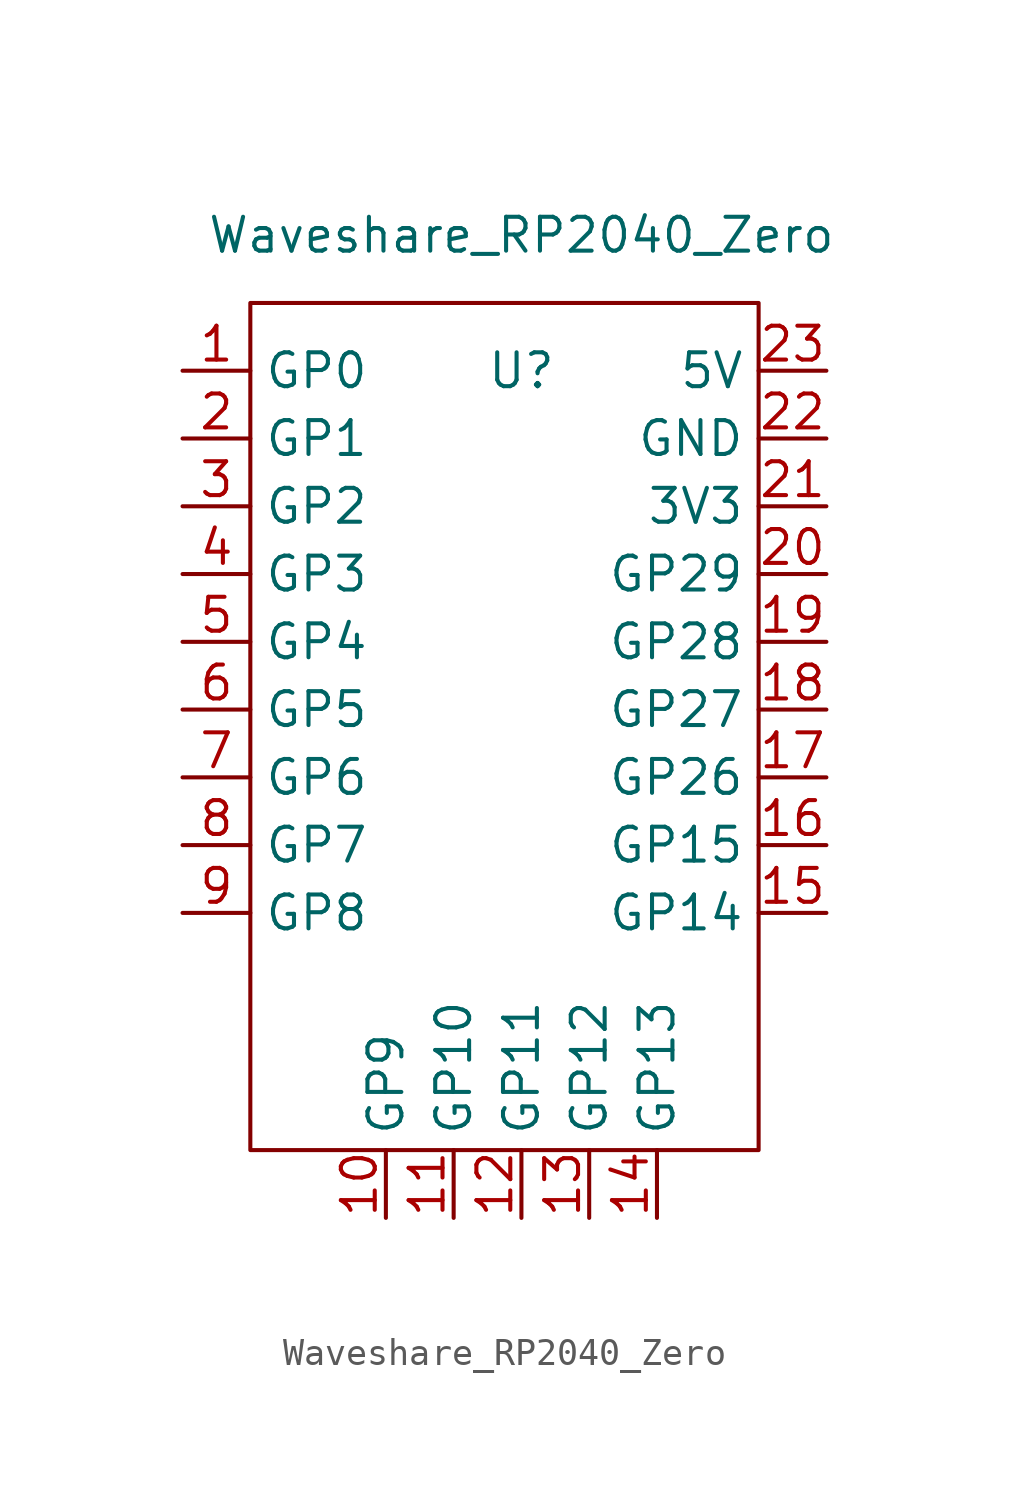
<source format=kicad_sym>
(kicad_symbol_lib
  (version 20211014)
  (generator kicad_symbol_editor)
  (symbol "Waveshare_RP2040_Zero"
    (property "Reference" "U"
      (at 0 3.81 0)
      (effects (font (size 1.27 1.27))))
    (property "Value" "Waveshare_RP2040_Zero"
      (at 0 8.89 0)
      (effects (font (size 1.27 1.27))))
    (symbol "Waveshare_RP2040_Zero_0_1"
      (rectangle (start -10.16 6.35) (end 8.89 -25.4) (stroke (width 0) (type default) (color 0 0 0 0)) (fill (type none))))
    (symbol "Waveshare_RP2040_Zero_1_1"
      (pin bidirectional line (at -12.7 3.81 0) (length 2.54) (name "GP0" (effects (font (size 1.27 1.27)))) (number "1" (effects (font (size 1.27 1.27)))))
      (pin bidirectional line (at -5.08 -27.94 90) (length 2.54) (name "GP9" (effects (font (size 1.27 1.27)))) (number "10" (effects (font (size 1.27 1.27)))))
      (pin bidirectional line (at -2.54 -27.94 90) (length 2.54) (name "GP10" (effects (font (size 1.27 1.27)))) (number "11" (effects (font (size 1.27 1.27)))))
      (pin bidirectional line (at 0 -27.94 90) (length 2.54) (name "GP11" (effects (font (size 1.27 1.27)))) (number "12" (effects (font (size 1.27 1.27)))))
      (pin bidirectional line (at 2.54 -27.94 90) (length 2.54) (name "GP12" (effects (font (size 1.27 1.27)))) (number "13" (effects (font (size 1.27 1.27)))))
      (pin bidirectional line (at 5.08 -27.94 90) (length 2.54) (name "GP13" (effects (font (size 1.27 1.27)))) (number "14" (effects (font (size 1.27 1.27)))))
      (pin bidirectional line (at 11.43 -16.51 180) (length 2.54) (name "GP14" (effects (font (size 1.27 1.27)))) (number "15" (effects (font (size 1.27 1.27)))))
      (pin bidirectional line (at 11.43 -13.97 180) (length 2.54) (name "GP15" (effects (font (size 1.27 1.27)))) (number "16" (effects (font (size 1.27 1.27)))))
      (pin bidirectional line (at 11.43 -11.43 180) (length 2.54) (name "GP26" (effects (font (size 1.27 1.27)))) (number "17" (effects (font (size 1.27 1.27)))))
      (pin bidirectional line (at 11.43 -8.89 180) (length 2.54) (name "GP27" (effects (font (size 1.27 1.27)))) (number "18" (effects (font (size 1.27 1.27)))))
      (pin bidirectional line (at 11.43 -6.35 180) (length 2.54) (name "GP28" (effects (font (size 1.27 1.27)))) (number "19" (effects (font (size 1.27 1.27)))))
      (pin bidirectional line (at -12.7 1.27 0) (length 2.54) (name "GP1" (effects (font (size 1.27 1.27)))) (number "2" (effects (font (size 1.27 1.27)))))
      (pin bidirectional line (at 11.43 -3.81 180) (length 2.54) (name "GP29" (effects (font (size 1.27 1.27)))) (number "20" (effects (font (size 1.27 1.27)))))
      (pin power_out line (at 11.43 -1.27 180) (length 2.54) (name "3V3" (effects (font (size 1.27 1.27)))) (number "21" (effects (font (size 1.27 1.27)))))
      (pin power_in line (at 11.43 1.27 180) (length 2.54) (name "GND" (effects (font (size 1.27 1.27)))) (number "22" (effects (font (size 1.27 1.27)))))
      (pin power_out line (at 11.43 3.81 180) (length 2.54) (name "5V" (effects (font (size 1.27 1.27)))) (number "23" (effects (font (size 1.27 1.27)))))
      (pin bidirectional line (at -12.7 -1.27 0) (length 2.54) (name "GP2" (effects (font (size 1.27 1.27)))) (number "3" (effects (font (size 1.27 1.27)))))
      (pin bidirectional line (at -12.7 -3.81 0) (length 2.54) (name "GP3" (effects (font (size 1.27 1.27)))) (number "4" (effects (font (size 1.27 1.27)))))
      (pin bidirectional line (at -12.7 -6.35 0) (length 2.54) (name "GP4" (effects (font (size 1.27 1.27)))) (number "5" (effects (font (size 1.27 1.27)))))
      (pin bidirectional line (at -12.7 -8.89 0) (length 2.54) (name "GP5" (effects (font (size 1.27 1.27)))) (number "6" (effects (font (size 1.27 1.27)))))
      (pin bidirectional line (at -12.7 -11.43 0) (length 2.54) (name "GP6" (effects (font (size 1.27 1.27)))) (number "7" (effects (font (size 1.27 1.27)))))
      (pin bidirectional line (at -12.7 -13.97 0) (length 2.54) (name "GP7" (effects (font (size 1.27 1.27)))) (number "8" (effects (font (size 1.27 1.27)))))
      (pin bidirectional line (at -12.7 -16.51 0) (length 2.54) (name "GP8" (effects (font (size 1.27 1.27)))) (number "9" (effects (font (size 1.27 1.27))))))))
</source>
